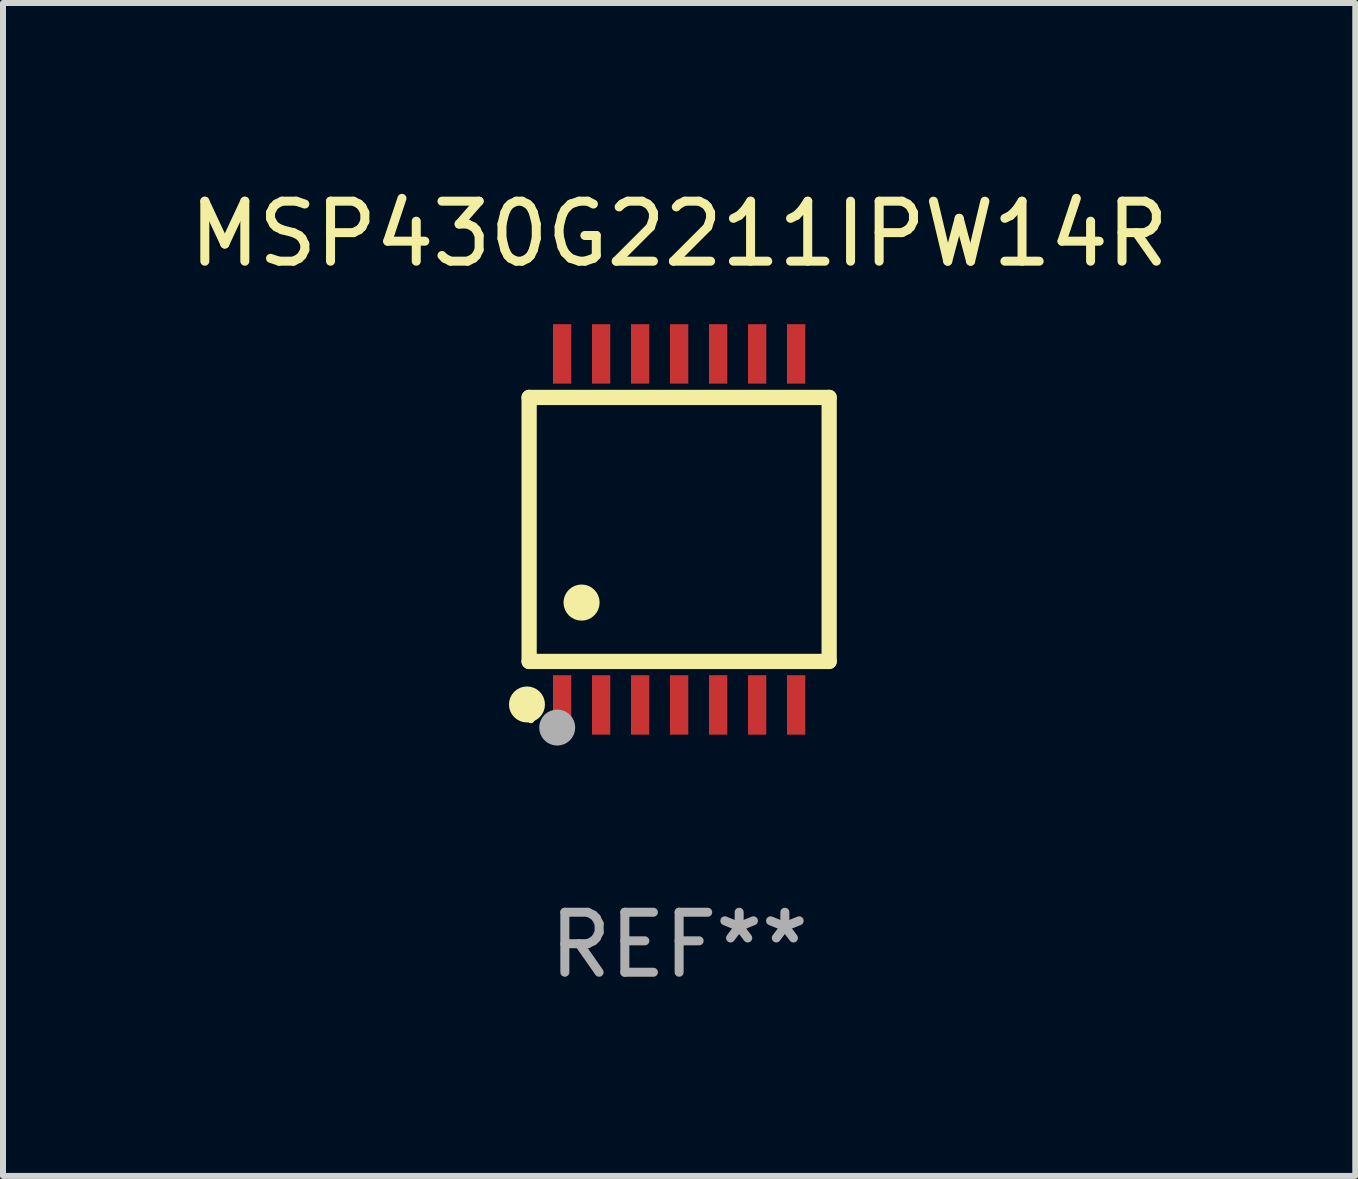
<source format=kicad_pcb>
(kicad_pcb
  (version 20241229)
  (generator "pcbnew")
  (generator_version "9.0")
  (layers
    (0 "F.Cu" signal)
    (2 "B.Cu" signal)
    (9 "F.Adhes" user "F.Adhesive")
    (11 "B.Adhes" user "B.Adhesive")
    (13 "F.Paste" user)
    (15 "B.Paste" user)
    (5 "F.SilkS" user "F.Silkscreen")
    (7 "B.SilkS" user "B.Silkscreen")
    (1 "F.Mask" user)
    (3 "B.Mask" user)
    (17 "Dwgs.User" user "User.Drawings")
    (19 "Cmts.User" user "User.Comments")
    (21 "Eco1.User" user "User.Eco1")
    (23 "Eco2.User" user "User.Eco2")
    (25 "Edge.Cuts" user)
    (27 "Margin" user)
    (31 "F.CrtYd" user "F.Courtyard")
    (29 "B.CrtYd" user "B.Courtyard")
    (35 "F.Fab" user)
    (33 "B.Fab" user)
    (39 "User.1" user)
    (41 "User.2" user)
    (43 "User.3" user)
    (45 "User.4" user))
  (footprint "MSP430G2211IPW14R"
    (layer "F.Cu")
    (at 8.268 5.773)
    (property "Reference" "MSP430G2211IPW14R" (at 0 -4.925 0) (layer "F.SilkS") (effects (font (size 1 1) (thickness 0.15))))
    (attr through_hole)
    (fp_line (start -2.5 2.2) (end -2.5 -2.2) (stroke (width 0.254) (type solid)) (layer "F.SilkS"))
    (fp_line (start -2.5 2.2) (end 2.5 2.2) (stroke (width 0.254) (type solid)) (layer "F.SilkS"))
    (fp_line (start 2.5 -2.2) (end -2.5 -2.2) (stroke (width 0.254) (type solid)) (layer "F.SilkS"))
    (fp_line (start 2.5 -2.2) (end 2.5 2.2) (stroke (width 0.254) (type solid)) (layer "F.SilkS"))
    (fp_circle (center -2.536 2.917) (end -2.386 2.917) (stroke (width 0.3) (type solid)) (fill no) (layer "F.SilkS"))
    (fp_circle (center -2.47 3.17) (end -2.44 3.17) (stroke (width 0.06) (type solid)) (fill no) (layer "F.SilkS"))
    (fp_circle (center -1.626 1.219) (end -1.475 1.219) (stroke (width 0.3) (type solid)) (fill no) (layer "F.SilkS"))
    (fp_circle (center -2.032 3.302) (end -1.882 3.302) (stroke (width 0.3) (type solid)) (fill no) (layer "F.Fab"))
    (fp_text user "REF**" (at 0 6.925 0) (layer "F.Fab") (effects (font (size 1 1) (thickness 0.15))))
    (pad "1" smd rect (at -1.95 2.925) (size 0.305 0.991) (layers "F.Cu" "F.Mask" "F.Paste"))
    (pad "2" smd rect (at -1.3 2.925) (size 0.305 0.991) (layers "F.Cu" "F.Mask" "F.Paste"))
    (pad "3" smd rect (at -0.65 2.925) (size 0.305 0.991) (layers "F.Cu" "F.Mask" "F.Paste"))
    (pad "4" smd rect (at 0 2.925) (size 0.305 0.991) (layers "F.Cu" "F.Mask" "F.Paste"))
    (pad "5" smd rect (at 0.65 2.925) (size 0.305 0.991) (layers "F.Cu" "F.Mask" "F.Paste"))
    (pad "6" smd rect (at 1.3 2.925) (size 0.305 0.991) (layers "F.Cu" "F.Mask" "F.Paste"))
    (pad "7" smd rect (at 1.95 2.925) (size 0.305 0.991) (layers "F.Cu" "F.Mask" "F.Paste"))
    (pad "8" smd rect (at 1.95 -2.925) (size 0.305 0.991) (layers "F.Cu" "F.Mask" "F.Paste"))
    (pad "9" smd rect (at 1.3 -2.925) (size 0.305 0.991) (layers "F.Cu" "F.Mask" "F.Paste"))
    (pad "10" smd rect (at 0.65 -2.925) (size 0.305 0.991) (layers "F.Cu" "F.Mask" "F.Paste"))
    (pad "11" smd rect (at 0 -2.925) (size 0.305 0.991) (layers "F.Cu" "F.Mask" "F.Paste"))
    (pad "12" smd rect (at -0.65 -2.925) (size 0.305 0.991) (layers "F.Cu" "F.Mask" "F.Paste"))
    (pad "13" smd rect (at -1.3 -2.925) (size 0.305 0.991) (layers "F.Cu" "F.Mask" "F.Paste"))
    (pad "14" smd rect (at -1.95 -2.925) (size 0.305 0.991) (layers "F.Cu" "F.Mask" "F.Paste")))
  (gr_rect
    (start -3 -3)
    (end 19.536 16.547)
    (stroke (width 0.1) (type default))
    (fill no)
    (layer "Edge.Cuts")))
</source>
